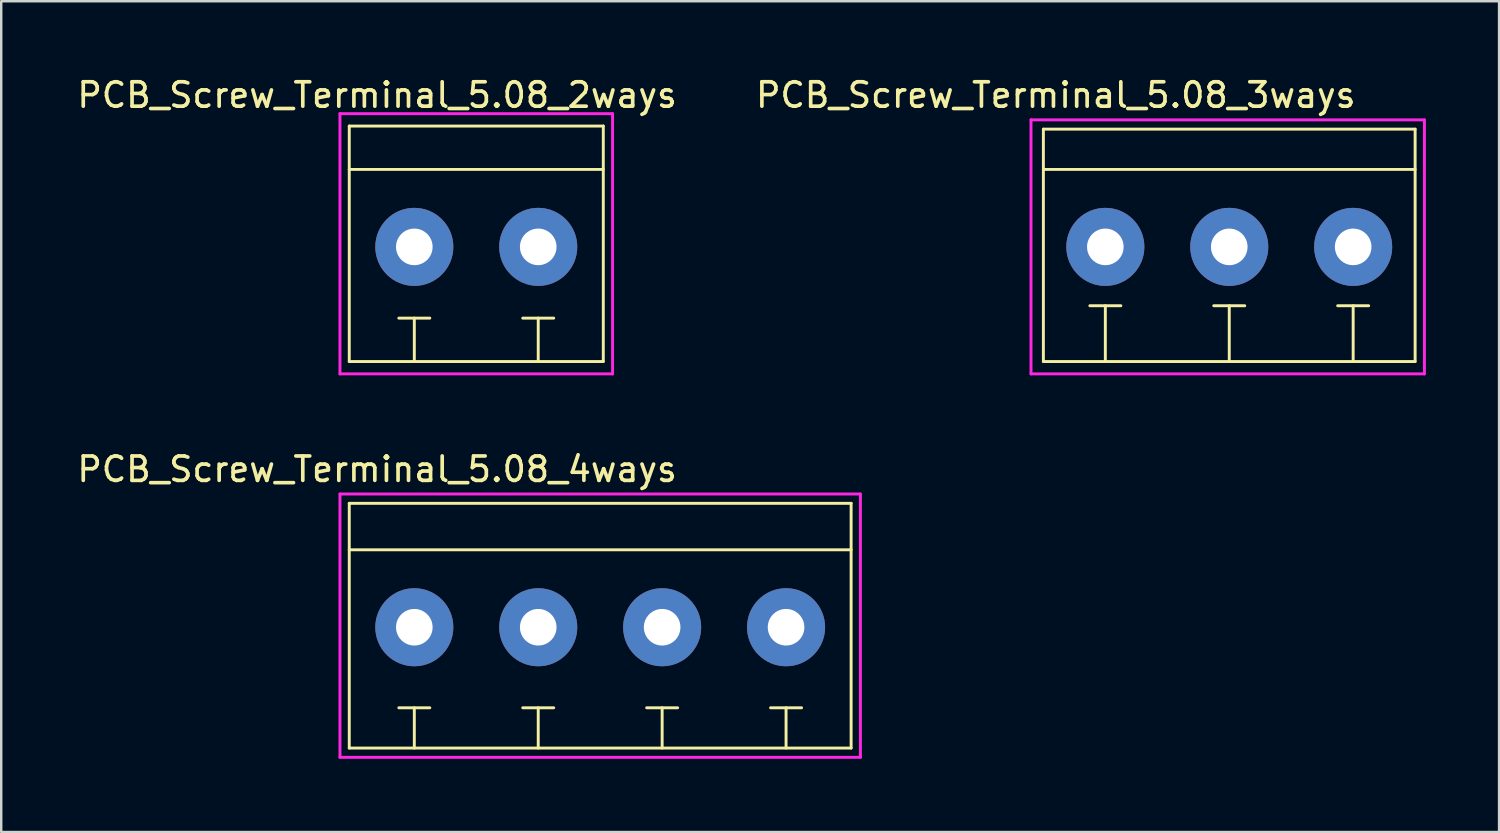
<source format=kicad_pcb>
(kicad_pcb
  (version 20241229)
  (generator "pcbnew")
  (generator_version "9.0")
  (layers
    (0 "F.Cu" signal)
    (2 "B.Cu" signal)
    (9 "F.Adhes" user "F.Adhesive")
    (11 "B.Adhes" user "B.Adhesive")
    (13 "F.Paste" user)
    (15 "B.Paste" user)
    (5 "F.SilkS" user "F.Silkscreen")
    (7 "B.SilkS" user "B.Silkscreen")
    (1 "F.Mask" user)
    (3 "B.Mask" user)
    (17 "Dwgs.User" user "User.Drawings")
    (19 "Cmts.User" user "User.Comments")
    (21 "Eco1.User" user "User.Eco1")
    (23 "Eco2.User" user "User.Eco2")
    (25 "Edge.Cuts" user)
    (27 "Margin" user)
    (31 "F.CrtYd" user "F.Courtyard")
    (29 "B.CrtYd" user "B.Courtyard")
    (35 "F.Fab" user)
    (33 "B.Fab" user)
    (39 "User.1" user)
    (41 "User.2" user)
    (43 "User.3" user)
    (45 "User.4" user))
  (footprint "PCB_Screw_Terminal_5.08_3ways"
    (layer "F.Cu")
    (at 42.264 6.944)
    (property "Reference" "PCB_Screw_Terminal_5.08_3ways" (at -2.032 -6.096 0) (layer "F.SilkS") (effects (font (size 1 1) (thickness 0.15))))
    (attr through_hole)
    (fp_line (start -2.54 -4.699) (end 12.7 -4.699) (stroke (width 0.12) (type solid)) (layer "F.SilkS"))
    (fp_line (start -2.54 4.826) (end -2.54 -4.699) (stroke (width 0.12) (type solid)) (layer "F.SilkS"))
    (fp_line (start -0.635 2.54) (end 0.635 2.54) (stroke (width 0.12) (type solid)) (layer "F.SilkS"))
    (fp_line (start 0 2.54) (end 0 4.826) (stroke (width 0.12) (type solid)) (layer "F.SilkS"))
    (fp_line (start 5.08 4.826) (end 5.08 2.54) (stroke (width 0.12) (type solid)) (layer "F.SilkS"))
    (fp_line (start 5.715 2.54) (end 4.445 2.54) (stroke (width 0.12) (type solid)) (layer "F.SilkS"))
    (fp_line (start 10.16 4.826) (end 10.16 2.54) (stroke (width 0.12) (type solid)) (layer "F.SilkS"))
    (fp_line (start 10.795 2.54) (end 9.525 2.54) (stroke (width 0.12) (type solid)) (layer "F.SilkS"))
    (fp_line (start 12.7 -4.699) (end 12.7 4.826) (stroke (width 0.12) (type solid)) (layer "F.SilkS"))
    (fp_line (start 12.7 -3.048) (end -2.54 -3.048) (stroke (width 0.12) (type solid)) (layer "F.SilkS"))
    (fp_line (start 12.7 4.826) (end -2.54 4.826) (stroke (width 0.12) (type solid)) (layer "F.SilkS"))
    (fp_line (start -3.048 -5.08) (end 13.081 -5.08) (stroke (width 0.12) (type solid)) (layer "F.CrtYd"))
    (fp_line (start -3.048 5.334) (end -3.048 -5.08) (stroke (width 0.12) (type solid)) (layer "F.CrtYd"))
    (fp_line (start 13.081 5.334) (end -3.048 5.334) (stroke (width 0.12) (type solid)) (layer "F.CrtYd"))
    (fp_line (start 13.081 5.334) (end 13.081 -5.08) (stroke (width 0.12) (type solid)) (layer "F.CrtYd"))
    (pad "1" thru_hole circle (at 0 0.127) (size 3.2 3.2) (drill 1.5) (layers "*.Cu" "*.Mask"))
    (pad "2" thru_hole circle (at 5.08 0.127) (size 3.2 3.2) (drill 1.5) (layers "*.Cu" "*.Mask"))
    (pad "3" thru_hole circle (at 10.16 0.127) (size 3.2 3.2) (drill 1.5) (layers "*.Cu" "*.Mask")))
  (footprint "PCB_Screw_Terminal_5.08_4ways"
    (layer "F.Cu")
    (at 13.935 22.537)
    (property "Reference" "PCB_Screw_Terminal_5.08_4ways" (at -1.524 -6.35 0) (layer "F.SilkS") (effects (font (size 1 1) (thickness 0.15))))
    (attr through_hole)
    (fp_line (start -2.667 -4.953) (end 17.907 -4.953) (stroke (width 0.12) (type solid)) (layer "F.SilkS"))
    (fp_line (start -2.667 5.08) (end -2.667 -4.953) (stroke (width 0.12) (type solid)) (layer "F.SilkS"))
    (fp_line (start -0.635 3.429) (end 0.635 3.429) (stroke (width 0.12) (type solid)) (layer "F.SilkS"))
    (fp_line (start 0 3.429) (end 0 5.08) (stroke (width 0.12) (type solid)) (layer "F.SilkS"))
    (fp_line (start 5.08 5.08) (end 5.08 3.429) (stroke (width 0.12) (type solid)) (layer "F.SilkS"))
    (fp_line (start 5.715 3.429) (end 4.445 3.429) (stroke (width 0.12) (type solid)) (layer "F.SilkS"))
    (fp_line (start 10.16 5.08) (end 10.16 3.429) (stroke (width 0.12) (type solid)) (layer "F.SilkS"))
    (fp_line (start 10.795 3.429) (end 9.525 3.429) (stroke (width 0.12) (type solid)) (layer "F.SilkS"))
    (fp_line (start 15.24 5.08) (end 15.24 3.429) (stroke (width 0.12) (type solid)) (layer "F.SilkS"))
    (fp_line (start 15.875 3.429) (end 14.605 3.429) (stroke (width 0.12) (type solid)) (layer "F.SilkS"))
    (fp_line (start 17.907 -4.953) (end 17.907 5.08) (stroke (width 0.12) (type solid)) (layer "F.SilkS"))
    (fp_line (start 17.907 -3.048) (end -2.667 -3.048) (stroke (width 0.12) (type solid)) (layer "F.SilkS"))
    (fp_line (start 17.907 5.08) (end -2.667 5.08) (stroke (width 0.12) (type solid)) (layer "F.SilkS"))
    (fp_line (start -3.048 -5.334) (end 18.288 -5.334) (stroke (width 0.12) (type solid)) (layer "F.CrtYd"))
    (fp_line (start -3.048 5.461) (end -3.048 -5.334) (stroke (width 0.12) (type solid)) (layer "F.CrtYd"))
    (fp_line (start 18.288 5.461) (end -3.048 5.461) (stroke (width 0.12) (type solid)) (layer "F.CrtYd"))
    (fp_line (start 18.288 5.461) (end 18.288 -5.334) (stroke (width 0.12) (type solid)) (layer "F.CrtYd"))
    (pad "1" thru_hole circle (at 0 0.127) (size 3.2 3.2) (drill 1.5) (layers "*.Cu" "*.Mask"))
    (pad "2" thru_hole circle (at 5.08 0.127) (size 3.2 3.2) (drill 1.5) (layers "*.Cu" "*.Mask"))
    (pad "3" thru_hole circle (at 10.16 0.127) (size 3.2 3.2) (drill 1.5) (layers "*.Cu" "*.Mask"))
    (pad "4" thru_hole circle (at 15.24 0.127) (size 3.2 3.2) (drill 1.5) (layers "*.Cu" "*.Mask")))
  (footprint "PCB_Screw_Terminal_5.08_2ways"
    (layer "F.Cu")
    (at 16.475 6.944)
    (property "Reference" "PCB_Screw_Terminal_5.08_2ways" (at -4.064 -6.096 0) (layer "F.SilkS") (effects (font (size 1 1) (thickness 0.15))))
    (attr through_hole)
    (fp_line (start -5.207 -4.826) (end 5.207 -4.826) (stroke (width 0.12) (type solid)) (layer "F.SilkS"))
    (fp_line (start -5.207 4.826) (end -5.207 -4.826) (stroke (width 0.12) (type solid)) (layer "F.SilkS"))
    (fp_line (start -3.175 3.048) (end -1.905 3.048) (stroke (width 0.12) (type solid)) (layer "F.SilkS"))
    (fp_line (start -2.54 3.048) (end -2.54 4.826) (stroke (width 0.12) (type solid)) (layer "F.SilkS"))
    (fp_line (start 2.54 4.826) (end 2.54 3.048) (stroke (width 0.12) (type solid)) (layer "F.SilkS"))
    (fp_line (start 3.175 3.048) (end 1.905 3.048) (stroke (width 0.12) (type solid)) (layer "F.SilkS"))
    (fp_line (start 5.207 -4.826) (end 5.207 4.826) (stroke (width 0.12) (type solid)) (layer "F.SilkS"))
    (fp_line (start 5.207 -3.048) (end -5.207 -3.048) (stroke (width 0.12) (type solid)) (layer "F.SilkS"))
    (fp_line (start 5.207 4.826) (end -5.207 4.826) (stroke (width 0.12) (type solid)) (layer "F.SilkS"))
    (fp_line (start -5.588 -5.334) (end 5.588 -5.334) (stroke (width 0.12) (type solid)) (layer "F.CrtYd"))
    (fp_line (start -5.588 5.334) (end -5.588 -5.334) (stroke (width 0.12) (type solid)) (layer "F.CrtYd"))
    (fp_line (start 5.588 -5.334) (end 5.588 5.334) (stroke (width 0.12) (type solid)) (layer "F.CrtYd"))
    (fp_line (start 5.588 5.334) (end -5.588 5.334) (stroke (width 0.12) (type solid)) (layer "F.CrtYd"))
    (pad "1" thru_hole circle (at -2.54 0.127) (size 3.2 3.2) (drill 1.5) (layers "*.Cu" "*.Mask"))
    (pad "2" thru_hole circle (at 2.54 0.127) (size 3.2 3.2) (drill 1.5) (layers "*.Cu" "*.Mask")))
  (gr_rect
    (start -3 -3)
    (end 58.405 31.058)
    (stroke (width 0.1) (type default))
    (fill no)
    (layer "Edge.Cuts")))
</source>
